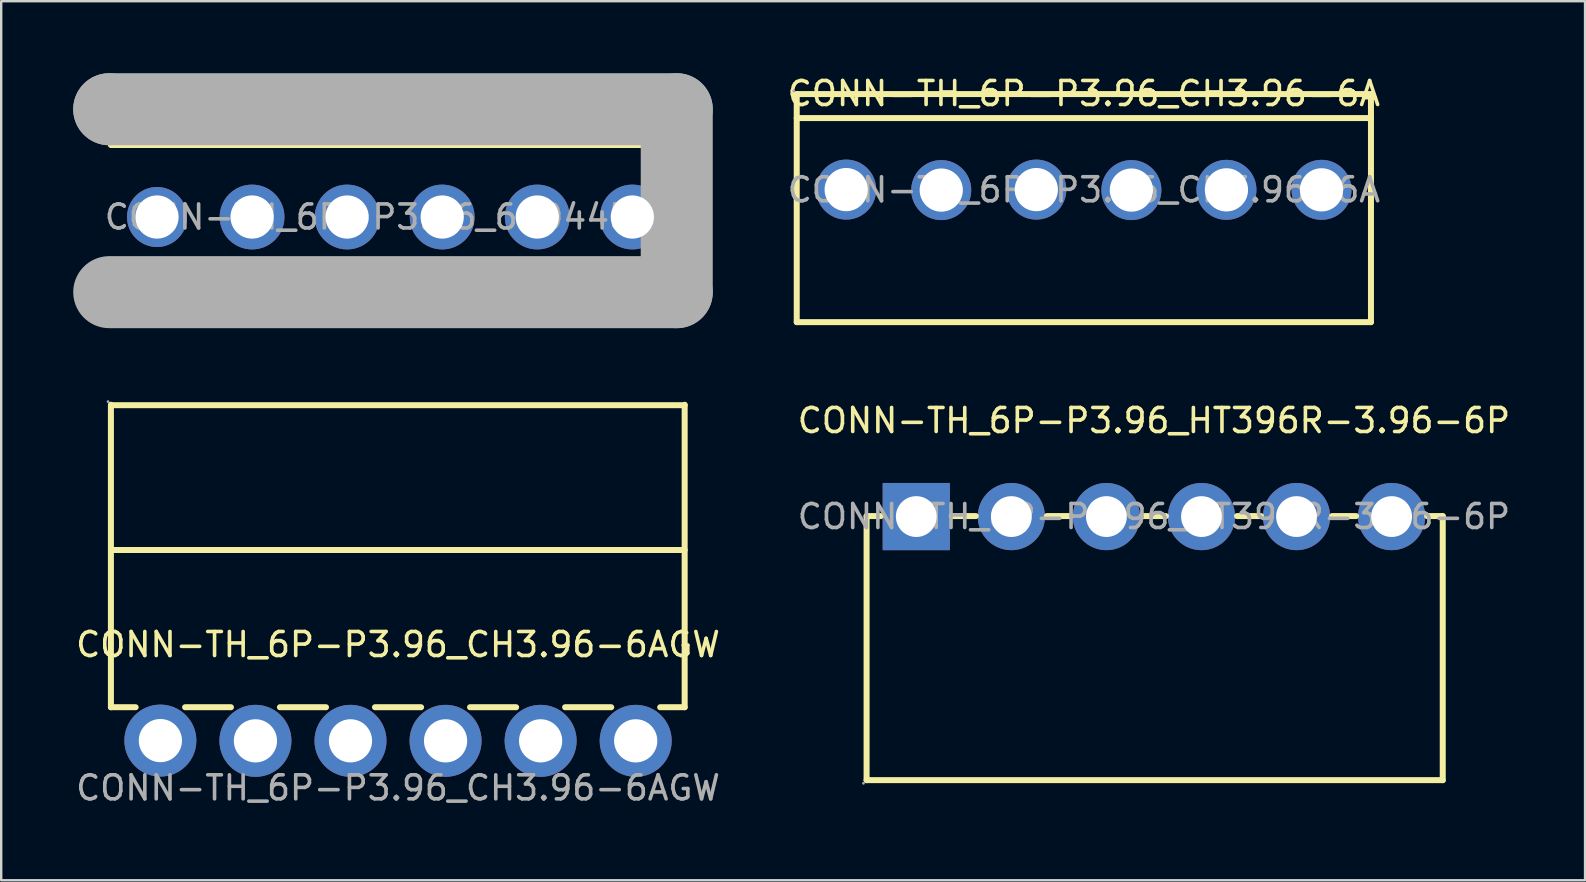
<source format=kicad_pcb>
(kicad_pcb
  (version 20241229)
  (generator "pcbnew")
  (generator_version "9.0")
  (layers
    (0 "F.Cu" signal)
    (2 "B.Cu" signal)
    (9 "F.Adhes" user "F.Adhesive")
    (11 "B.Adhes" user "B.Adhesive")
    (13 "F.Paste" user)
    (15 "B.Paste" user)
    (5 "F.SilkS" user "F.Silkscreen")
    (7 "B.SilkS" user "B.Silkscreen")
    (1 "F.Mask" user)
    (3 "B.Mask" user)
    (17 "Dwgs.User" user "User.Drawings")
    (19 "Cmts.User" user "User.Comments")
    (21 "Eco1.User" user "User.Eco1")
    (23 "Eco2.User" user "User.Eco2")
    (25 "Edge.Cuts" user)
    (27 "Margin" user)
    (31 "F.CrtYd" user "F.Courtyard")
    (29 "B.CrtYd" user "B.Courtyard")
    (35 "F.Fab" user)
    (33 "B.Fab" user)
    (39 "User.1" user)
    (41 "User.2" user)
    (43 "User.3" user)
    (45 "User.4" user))
  (footprint "CONN-TH_6P-P3.96_HT396R-3.96-6P"
    (layer "F.Cu")
    (at 45.018 18.468)
    (property "Reference" "CONN-TH_6P-P3.96_HT396R-3.96-6P" (at 0 -4 0) (layer "F.SilkS") (effects (font (size 1 1) (thickness 0.15))))
    (attr through_hole)
    (fp_line (start -11.97 -0.02) (end -11.97 10.98) (stroke (width 0.25) (type solid)) (layer "F.SilkS"))
    (fp_line (start -11.97 -0.02) (end -11.38 -0.02) (stroke (width 0.25) (type solid)) (layer "F.SilkS"))
    (fp_line (start -11.97 10.98) (end 12.03 10.98) (stroke (width 0.25) (type solid)) (layer "F.SilkS"))
    (fp_line (start -8.42 -0.02) (end -7.42 -0.02) (stroke (width 0.25) (type solid)) (layer "F.SilkS"))
    (fp_line (start -4.46 -0.02) (end -3.46 -0.02) (stroke (width 0.25) (type solid)) (layer "F.SilkS"))
    (fp_line (start -0.5 -0.02) (end 0.5 -0.02) (stroke (width 0.25) (type solid)) (layer "F.SilkS"))
    (fp_line (start 3.46 -0.02) (end 4.46 -0.02) (stroke (width 0.25) (type solid)) (layer "F.SilkS"))
    (fp_line (start 7.42 -0.02) (end 8.42 -0.02) (stroke (width 0.25) (type solid)) (layer "F.SilkS"))
    (fp_line (start 11.38 -0.02) (end 12.03 -0.02) (stroke (width 0.25) (type solid)) (layer "F.SilkS"))
    (fp_line (start 12.03 -0.02) (end 12.03 10.98) (stroke (width 0.25) (type solid)) (layer "F.SilkS"))
    (fp_circle (center -12.1 11.11) (end -12.07 11.11) (stroke (width 0.06) (type solid)) (fill no) (layer "F.Fab"))
    (fp_circle (center -9.9 0) (end -9.52 0) (stroke (width 0.75) (type solid)) (fill no) (layer "F.Fab"))
    (fp_circle (center -5.94 0) (end -5.56 0) (stroke (width 0.75) (type solid)) (fill no) (layer "F.Fab"))
    (fp_circle (center -1.98 0) (end -1.6 0) (stroke (width 0.75) (type solid)) (fill no) (layer "F.Fab"))
    (fp_circle (center 1.98 0) (end 2.36 0) (stroke (width 0.75) (type solid)) (fill no) (layer "F.Fab"))
    (fp_circle (center 5.94 0) (end 6.32 0) (stroke (width 0.75) (type solid)) (fill no) (layer "F.Fab"))
    (fp_circle (center 9.9 0) (end 10.28 0) (stroke (width 0.75) (type solid)) (fill no) (layer "F.Fab"))
    (fp_text user "${REFERENCE}" (at 0 0 0) (layer "F.Fab") (effects (font (size 1 1) (thickness 0.15))))
    (pad "1" thru_hole rect (at -9.9 0) (size 2.8 2.8) (drill 1.7) (layers "*.Cu" "*.Paste" "*.Mask"))
    (pad "2" thru_hole circle (at -5.94 0) (size 2.8 2.8) (drill 1.7) (layers "*.Cu" "*.Paste" "*.Mask"))
    (pad "3" thru_hole circle (at -1.98 0) (size 2.8 2.8) (drill 1.7) (layers "*.Cu" "*.Paste" "*.Mask"))
    (pad "4" thru_hole circle (at 1.98 0) (size 2.8 2.8) (drill 1.7) (layers "*.Cu" "*.Paste" "*.Mask"))
    (pad "5" thru_hole circle (at 5.94 0) (size 2.8 2.8) (drill 1.7) (layers "*.Cu" "*.Paste" "*.Mask"))
    (pad "6" thru_hole circle (at 9.9 0) (size 2.8 2.8) (drill 1.7) (layers "*.Cu" "*.Paste" "*.Mask")))
  (footprint "CONN-TH_6P-P3.96_CH3.96-6AGW"
    (layer "F.Cu")
    (at 13.53 29.77)
    (property "Reference" "CONN-TH_6P-P3.96_CH3.96-6AGW" (at 0 -5.97 0) (layer "F.SilkS") (effects (font (size 1 1) (thickness 0.15))))
    (attr through_hole)
    (fp_line (start -11.96 -15.96) (end -11.96 -3.36) (stroke (width 0.25) (type solid)) (layer "F.SilkS"))
    (fp_line (start -11.94 -15.94) (end 11.94 -15.94) (stroke (width 0.25) (type solid)) (layer "F.SilkS"))
    (fp_line (start -11.94 -9.91) (end 11.94 -9.91) (stroke (width 0.25) (type solid)) (layer "F.SilkS"))
    (fp_line (start -10.93 -3.36) (end -11.96 -3.36) (stroke (width 0.25) (type solid)) (layer "F.SilkS"))
    (fp_line (start -6.96 -3.36) (end -8.87 -3.36) (stroke (width 0.25) (type solid)) (layer "F.SilkS"))
    (fp_line (start -3 -3.36) (end -4.92 -3.36) (stroke (width 0.25) (type solid)) (layer "F.SilkS"))
    (fp_line (start 0.96 -3.36) (end -0.96 -3.36) (stroke (width 0.25) (type solid)) (layer "F.SilkS"))
    (fp_line (start 4.92 -3.36) (end 3 -3.36) (stroke (width 0.25) (type solid)) (layer "F.SilkS"))
    (fp_line (start 8.88 -3.36) (end 6.96 -3.36) (stroke (width 0.25) (type solid)) (layer "F.SilkS"))
    (fp_line (start 11.94 -15.96) (end 11.94 -3.36) (stroke (width 0.25) (type solid)) (layer "F.SilkS"))
    (fp_line (start 11.94 -3.36) (end 10.92 -3.36) (stroke (width 0.25) (type solid)) (layer "F.SilkS"))
    (fp_circle (center -12.08 -16.09) (end -12.05 -16.09) (stroke (width 0.06) (type solid)) (fill no) (layer "F.Fab"))
    (fp_circle (center -9.9 -1.97) (end -9.5 -1.97) (stroke (width 0.8) (type solid)) (fill no) (layer "F.Fab"))
    (fp_circle (center -5.94 -1.96) (end -5.54 -1.96) (stroke (width 0.8) (type solid)) (fill no) (layer "F.Fab"))
    (fp_circle (center -1.98 -1.96) (end -1.58 -1.96) (stroke (width 0.8) (type solid)) (fill no) (layer "F.Fab"))
    (fp_circle (center 1.98 -1.96) (end 2.38 -1.96) (stroke (width 0.8) (type solid)) (fill no) (layer "F.Fab"))
    (fp_circle (center 5.94 -1.96) (end 6.34 -1.96) (stroke (width 0.8) (type solid)) (fill no) (layer "F.Fab"))
    (fp_circle (center 9.9 -1.96) (end 10.3 -1.96) (stroke (width 0.8) (type solid)) (fill no) (layer "F.Fab"))
    (fp_text user "${REFERENCE}" (at 0 0 0) (layer "F.Fab") (effects (font (size 1 1) (thickness 0.15))))
    (pad "1" thru_hole circle (at -9.9 -1.97) (size 3 3) (drill 1.8) (layers "*.Cu" "*.Paste" "*.Mask"))
    (pad "2" thru_hole circle (at -5.94 -1.96) (size 3 3) (drill 1.8) (layers "*.Cu" "*.Paste" "*.Mask"))
    (pad "3" thru_hole circle (at -1.98 -1.96) (size 3 3) (drill 1.8) (layers "*.Cu" "*.Paste" "*.Mask"))
    (pad "4" thru_hole circle (at 1.98 -1.96) (size 3 3) (drill 1.8) (layers "*.Cu" "*.Paste" "*.Mask"))
    (pad "5" thru_hole circle (at 5.94 -1.96) (size 3 3) (drill 1.8) (layers "*.Cu" "*.Paste" "*.Mask"))
    (pad "6" thru_hole circle (at 9.9 -1.96) (size 3 3) (drill 1.8) (layers "*.Cu" "*.Paste" "*.Mask")))
  (footprint "CONN-TH_6P-P3.96_640445-6"
    (layer "F.Cu")
    (at 13.39 5.99)
    (property "Reference" "CONN-TH_6P-P3.96_640445-6" (at 0 -4 0) (layer "F.SilkS") (effects (font (size 1 1) (thickness 0.15))))
    (attr through_hole)
    (fp_line (start 11.82 -3) (end -11.82 -3) (stroke (width 0.25) (type solid)) (layer "F.SilkS"))
    (fp_line (start -11.89 -4.49) (end -11.89 -4.49) (stroke (width 3) (type solid)) (layer "F.Fab"))
    (fp_line (start -11.89 -4.49) (end 11.75 -4.49) (stroke (width 3) (type solid)) (layer "F.Fab"))
    (fp_line (start 11.75 -4.49) (end 11.75 3.13) (stroke (width 3) (type solid)) (layer "F.Fab"))
    (fp_line (start 11.75 3.13) (end -11.89 3.13) (stroke (width 3) (type solid)) (layer "F.Fab"))
    (fp_circle (center -12.02 -4.62) (end -11.99 -4.62) (stroke (width 0.06) (type solid)) (fill no) (layer "F.Fab"))
    (fp_circle (center -9.9 0) (end -9.5 0) (stroke (width 0.8) (type solid)) (fill no) (layer "F.Fab"))
    (fp_circle (center -5.94 0) (end -5.54 0) (stroke (width 0.8) (type solid)) (fill no) (layer "F.Fab"))
    (fp_circle (center -1.98 0) (end -1.58 0) (stroke (width 0.8) (type solid)) (fill no) (layer "F.Fab"))
    (fp_circle (center 1.98 0) (end 2.38 0) (stroke (width 0.8) (type solid)) (fill no) (layer "F.Fab"))
    (fp_circle (center 5.94 0) (end 6.34 0) (stroke (width 0.8) (type solid)) (fill no) (layer "F.Fab"))
    (fp_circle (center 9.9 0) (end 10.3 0) (stroke (width 0.8) (type solid)) (fill no) (layer "F.Fab"))
    (fp_text user "${REFERENCE}" (at 0 0 0) (layer "F.Fab") (effects (font (size 1 1) (thickness 0.15))))
    (pad "1" thru_hole circle (at -9.9 0 270) (size 2.5 2.5) (drill 1.8) (layers "*.Cu" "*.Paste" "*.Mask"))
    (pad "2" thru_hole circle (at -5.94 0 270) (size 2.7 2.7) (drill 1.8) (layers "*.Cu" "*.Paste" "*.Mask"))
    (pad "3" thru_hole circle (at -1.98 0 270) (size 2.7 2.7) (drill 1.8) (layers "*.Cu" "*.Paste" "*.Mask"))
    (pad "4" thru_hole circle (at 1.98 0 270) (size 2.7 2.7) (drill 1.8) (layers "*.Cu" "*.Paste" "*.Mask"))
    (pad "5" thru_hole circle (at 5.94 0 270) (size 2.7 2.7) (drill 1.8) (layers "*.Cu" "*.Paste" "*.Mask"))
    (pad "6" thru_hole circle (at 9.9 0 270) (size 2.7 2.7) (drill 1.8) (layers "*.Cu" "*.Paste" "*.Mask")))
  (footprint "CONN-TH_6P-P3.96_CH3.96-6A"
    (layer "F.Cu")
    (at 42.098 4.858)
    (property "Reference" "CONN-TH_6P-P3.96_CH3.96-6A" (at 0 -4.01 0) (layer "F.SilkS") (effects (font (size 1 1) (thickness 0.15))))
    (attr through_hole)
    (fp_line (start -11.96 -3.99) (end -11.96 5.51) (stroke (width 0.25) (type solid)) (layer "F.SilkS"))
    (fp_line (start -11.96 -3.99) (end 11.96 -3.99) (stroke (width 0.25) (type solid)) (layer "F.SilkS"))
    (fp_line (start -11.96 -2.99) (end 11.96 -2.99) (stroke (width 0.25) (type solid)) (layer "F.SilkS"))
    (fp_line (start -11.96 5.51) (end 11.96 5.51) (stroke (width 0.25) (type solid)) (layer "F.SilkS"))
    (fp_line (start 11.96 -3.99) (end 11.96 5.51) (stroke (width 0.25) (type solid)) (layer "F.SilkS"))
    (fp_circle (center -12.09 -4.12) (end -12.06 -4.12) (stroke (width 0.06) (type solid)) (fill no) (layer "F.Fab"))
    (fp_circle (center -9.9 -0.01) (end -9.5 -0.01) (stroke (width 0.8) (type solid)) (fill no) (layer "F.Fab"))
    (fp_circle (center -5.94 0.01) (end -5.54 0.01) (stroke (width 0.8) (type solid)) (fill no) (layer "F.Fab"))
    (fp_circle (center -1.98 -0.01) (end -1.58 -0.01) (stroke (width 0.8) (type solid)) (fill no) (layer "F.Fab"))
    (fp_circle (center 1.98 0.01) (end 2.38 0.01) (stroke (width 0.8) (type solid)) (fill no) (layer "F.Fab"))
    (fp_circle (center 5.94 0) (end 6.34 0) (stroke (width 0.8) (type solid)) (fill no) (layer "F.Fab"))
    (fp_circle (center 9.9 0) (end 10.3 0) (stroke (width 0.8) (type solid)) (fill no) (layer "F.Fab"))
    (fp_text user "${REFERENCE}" (at 0 0 0) (layer "F.Fab") (effects (font (size 1 1) (thickness 0.15))))
    (pad "1" thru_hole circle (at -9.9 -0.01) (size 2.5 2.5) (drill 1.8) (layers "*.Cu" "*.Paste" "*.Mask"))
    (pad "2" thru_hole circle (at -5.94 0.01) (size 2.5 2.5) (drill 1.8) (layers "*.Cu" "*.Paste" "*.Mask"))
    (pad "3" thru_hole circle (at -1.98 -0.01) (size 2.5 2.5) (drill 1.8) (layers "*.Cu" "*.Paste" "*.Mask"))
    (pad "4" thru_hole circle (at 1.98 0.01) (size 2.5 2.5) (drill 1.8) (layers "*.Cu" "*.Paste" "*.Mask"))
    (pad "5" thru_hole circle (at 5.94 0) (size 2.5 2.5) (drill 1.8) (layers "*.Cu" "*.Paste" "*.Mask"))
    (pad "6" thru_hole circle (at 9.9 0) (size 2.5 2.5) (drill 1.8) (layers "*.Cu" "*.Paste" "*.Mask")))
  (gr_rect
    (start -3 -3)
    (end 62.976 33.618)
    (stroke (width 0.1) (type default))
    (fill no)
    (layer "Edge.Cuts")))
</source>
